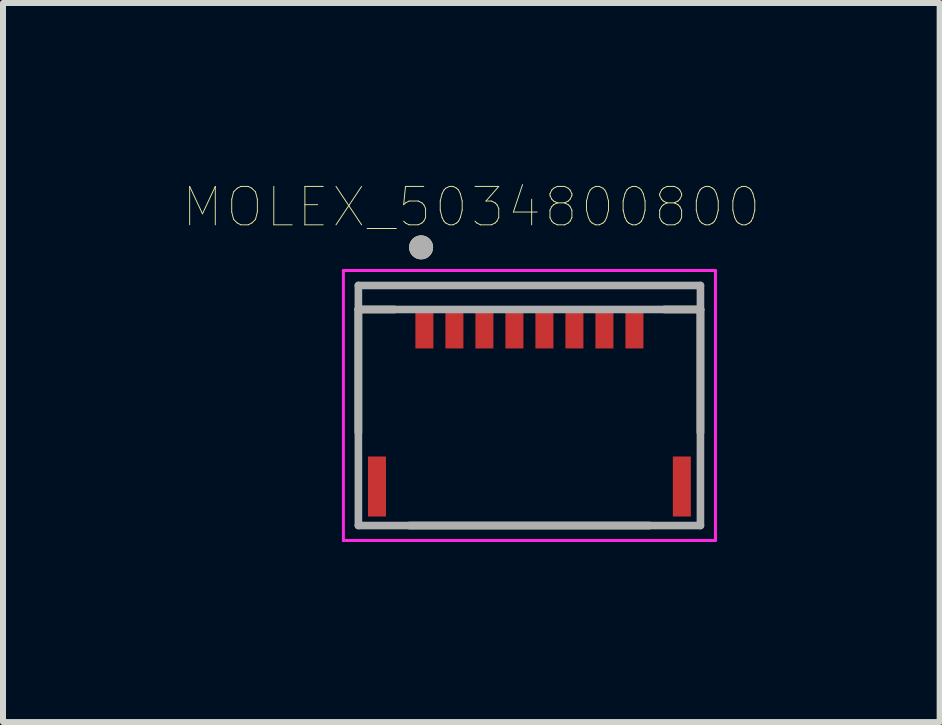
<source format=kicad_pcb>
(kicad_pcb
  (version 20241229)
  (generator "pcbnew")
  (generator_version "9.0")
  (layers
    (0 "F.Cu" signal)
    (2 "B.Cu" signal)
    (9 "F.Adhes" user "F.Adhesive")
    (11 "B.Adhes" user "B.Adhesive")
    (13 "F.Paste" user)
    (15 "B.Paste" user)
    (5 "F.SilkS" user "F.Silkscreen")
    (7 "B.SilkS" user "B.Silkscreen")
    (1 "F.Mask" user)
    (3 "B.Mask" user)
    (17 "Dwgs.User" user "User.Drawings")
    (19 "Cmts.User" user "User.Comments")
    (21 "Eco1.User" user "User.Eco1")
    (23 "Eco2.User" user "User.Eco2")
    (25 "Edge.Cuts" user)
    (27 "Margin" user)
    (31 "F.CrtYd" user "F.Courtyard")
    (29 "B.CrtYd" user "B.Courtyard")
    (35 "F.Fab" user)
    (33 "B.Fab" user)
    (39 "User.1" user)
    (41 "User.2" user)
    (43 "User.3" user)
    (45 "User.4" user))
  (footprint "MOLEX_5034800800"
    (layer "F.Cu")
    (at 5.772 2.407)
    (property "Reference" "MOLEX_5034800800" (at -0.968 -2.006 0) (layer "F.SilkS") (effects (font (size 0.64 0.64) (thickness 0.015))))
    (attr through_hole)
    (fp_line (start -2.85 -0.3) (end -2.85 1.75) (stroke (width 0.127) (type solid)) (layer "F.SilkS"))
    (fp_line (start -2.25 -0.3) (end -2.85 -0.3) (stroke (width 0.127) (type solid)) (layer "F.SilkS"))
    (fp_line (start -2 3.3) (end 2 3.3) (stroke (width 0.127) (type solid)) (layer "F.SilkS"))
    (fp_line (start 2.25 -0.3) (end 2.85 -0.3) (stroke (width 0.127) (type solid)) (layer "F.SilkS"))
    (fp_line (start 2.85 -0.3) (end 2.85 1.75) (stroke (width 0.127) (type solid)) (layer "F.SilkS"))
    (fp_circle (center -1.805 -1.335) (end -1.705 -1.335) (stroke (width 0.2) (type solid)) (fill no) (layer "F.SilkS"))
    (fp_line (start -3.1 -0.95) (end 3.1 -0.95) (stroke (width 0.05) (type solid)) (layer "F.CrtYd"))
    (fp_line (start -3.1 3.55) (end -3.1 -0.95) (stroke (width 0.05) (type solid)) (layer "F.CrtYd"))
    (fp_line (start 3.1 -0.95) (end 3.1 3.55) (stroke (width 0.05) (type solid)) (layer "F.CrtYd"))
    (fp_line (start 3.1 3.55) (end -3.1 3.55) (stroke (width 0.05) (type solid)) (layer "F.CrtYd"))
    (fp_line (start -2.85 -0.7) (end 2.85 -0.7) (stroke (width 0.127) (type solid)) (layer "F.Fab"))
    (fp_line (start -2.85 -0.3) (end -2.85 -0.7) (stroke (width 0.127) (type solid)) (layer "F.Fab"))
    (fp_line (start -2.85 -0.3) (end 2.85 -0.3) (stroke (width 0.127) (type solid)) (layer "F.Fab"))
    (fp_line (start -2.85 3.3) (end -2.85 -0.3) (stroke (width 0.127) (type solid)) (layer "F.Fab"))
    (fp_line (start 2.85 -0.7) (end 2.85 -0.3) (stroke (width 0.127) (type solid)) (layer "F.Fab"))
    (fp_line (start 2.85 -0.3) (end 2.85 3.3) (stroke (width 0.127) (type solid)) (layer "F.Fab"))
    (fp_line (start 2.85 3.3) (end -2.85 3.3) (stroke (width 0.127) (type solid)) (layer "F.Fab"))
    (fp_circle (center -1.805 -1.335) (end -1.705 -1.335) (stroke (width 0.2) (type solid)) (fill no) (layer "F.Fab"))
    (pad "1" smd rect (at -1.75 0) (size 0.3 0.7) (layers "F.Cu" "F.Mask" "F.Paste"))
    (pad "2" smd rect (at -1.25 0) (size 0.3 0.7) (layers "F.Cu" "F.Mask" "F.Paste"))
    (pad "3" smd rect (at -0.75 0) (size 0.3 0.7) (layers "F.Cu" "F.Mask" "F.Paste"))
    (pad "4" smd rect (at -0.25 0) (size 0.3 0.7) (layers "F.Cu" "F.Mask" "F.Paste"))
    (pad "5" smd rect (at 0.25 0) (size 0.3 0.7) (layers "F.Cu" "F.Mask" "F.Paste"))
    (pad "6" smd rect (at 0.75 0) (size 0.3 0.7) (layers "F.Cu" "F.Mask" "F.Paste"))
    (pad "7" smd rect (at 1.25 0) (size 0.3 0.7) (layers "F.Cu" "F.Mask" "F.Paste"))
    (pad "8" smd rect (at 1.75 0) (size 0.3 0.7) (layers "F.Cu" "F.Mask" "F.Paste"))
    (pad "S1" smd rect (at -2.54 2.65) (size 0.3 1) (layers "F.Cu" "F.Mask" "F.Paste"))
    (pad "S2" smd rect (at 2.54 2.65) (size 0.3 1) (layers "F.Cu" "F.Mask" "F.Paste")))
  (gr_rect
    (start -3 -3)
    (end 12.608 8.982)
    (stroke (width 0.1) (type default))
    (fill no)
    (layer "Edge.Cuts")))
</source>
